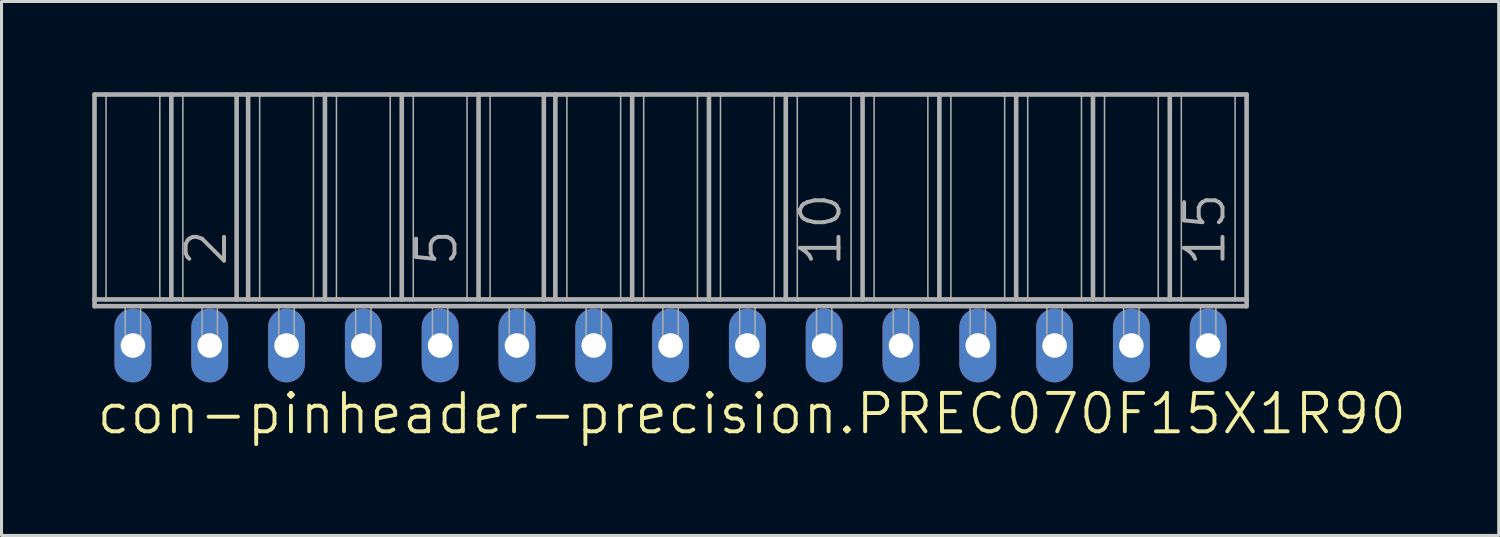
<source format=kicad_pcb>
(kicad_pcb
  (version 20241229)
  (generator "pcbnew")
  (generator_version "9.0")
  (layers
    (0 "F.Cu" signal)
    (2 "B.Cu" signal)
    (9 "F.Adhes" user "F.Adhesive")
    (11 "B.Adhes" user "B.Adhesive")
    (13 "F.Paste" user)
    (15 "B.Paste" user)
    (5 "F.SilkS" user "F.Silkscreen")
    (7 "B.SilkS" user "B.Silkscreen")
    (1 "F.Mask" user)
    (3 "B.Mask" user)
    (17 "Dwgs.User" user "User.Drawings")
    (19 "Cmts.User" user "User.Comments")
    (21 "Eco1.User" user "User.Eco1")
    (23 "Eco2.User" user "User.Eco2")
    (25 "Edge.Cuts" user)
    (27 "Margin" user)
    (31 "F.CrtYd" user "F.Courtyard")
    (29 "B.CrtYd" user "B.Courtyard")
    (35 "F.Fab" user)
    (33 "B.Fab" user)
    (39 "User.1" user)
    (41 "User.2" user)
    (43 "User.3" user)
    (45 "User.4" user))
  (footprint "con-pinheader-precision.PREC070F15X1R90"
    (layer "F.Cu")
    (at 19.126 8.376)
    (property "Reference" "con-pinheader-precision.PREC070F15X1R90" (at -19.05 3 0) (layer "F.SilkS") (effects (font (size 1.27 1.27) (thickness 0.13)) (justify left bottom)))
    (attr through_hole)
    (fp_line (start -19.05 -8.3) (end -19.05 -1.524) (stroke (width 0.152) (type default)) (layer "F.Fab"))
    (fp_line (start -19.05 -8.3) (end -18.669 -8.3) (stroke (width 0.152) (type default)) (layer "F.Fab"))
    (fp_line (start -19.05 -1.524) (end -18.669 -1.524) (stroke (width 0.152) (type default)) (layer "F.Fab"))
    (fp_line (start -19.05 -1.3) (end -19.05 -1.524) (stroke (width 0.152) (type default)) (layer "F.Fab"))
    (fp_line (start -19.05 -1.3) (end 19.05 -1.3) (stroke (width 0.152) (type default)) (layer "F.Fab"))
    (fp_line (start -18.669 -8.3) (end -18.669 -1.524) (stroke (width 0.051) (type default)) (layer "F.Fab"))
    (fp_line (start -18.669 -8.3) (end -16.891 -8.3) (stroke (width 0.152) (type default)) (layer "F.Fab"))
    (fp_line (start -18.669 -1.524) (end -16.891 -1.524) (stroke (width 0.152) (type default)) (layer "F.Fab"))
    (fp_line (start -16.891 -8.3) (end -16.891 -1.524) (stroke (width 0.051) (type default)) (layer "F.Fab"))
    (fp_line (start -16.891 -8.3) (end -16.51 -8.3) (stroke (width 0.152) (type default)) (layer "F.Fab"))
    (fp_line (start -16.891 -1.524) (end -16.51 -1.524) (stroke (width 0.152) (type default)) (layer "F.Fab"))
    (fp_line (start -16.51 -8.3) (end -16.51 -1.524) (stroke (width 0.152) (type default)) (layer "F.Fab"))
    (fp_line (start -16.51 -8.3) (end -16.129 -8.3) (stroke (width 0.152) (type default)) (layer "F.Fab"))
    (fp_line (start -16.51 -1.524) (end -16.129 -1.524) (stroke (width 0.152) (type default)) (layer "F.Fab"))
    (fp_line (start -16.129 -8.3) (end -16.129 -1.524) (stroke (width 0.051) (type default)) (layer "F.Fab"))
    (fp_line (start -16.129 -8.3) (end -14.351 -8.3) (stroke (width 0.152) (type default)) (layer "F.Fab"))
    (fp_line (start -16.129 -1.524) (end -14.351 -1.524) (stroke (width 0.152) (type default)) (layer "F.Fab"))
    (fp_line (start -14.351 -8.3) (end -14.351 -1.524) (stroke (width 0.152) (type default)) (layer "F.Fab"))
    (fp_line (start -14.351 -8.3) (end -13.97 -8.3) (stroke (width 0.152) (type default)) (layer "F.Fab"))
    (fp_line (start -14.351 -1.524) (end -13.97 -1.524) (stroke (width 0.152) (type default)) (layer "F.Fab"))
    (fp_line (start -13.97 -8.3) (end -13.97 -1.524) (stroke (width 0.152) (type default)) (layer "F.Fab"))
    (fp_line (start -13.97 -8.3) (end -13.589 -8.3) (stroke (width 0.152) (type default)) (layer "F.Fab"))
    (fp_line (start -13.97 -1.524) (end -13.589 -1.524) (stroke (width 0.152) (type default)) (layer "F.Fab"))
    (fp_line (start -13.589 -8.3) (end -13.589 -1.524) (stroke (width 0.051) (type default)) (layer "F.Fab"))
    (fp_line (start -13.589 -8.3) (end -11.811 -8.3) (stroke (width 0.152) (type default)) (layer "F.Fab"))
    (fp_line (start -13.589 -1.524) (end -11.43 -1.524) (stroke (width 0.152) (type default)) (layer "F.Fab"))
    (fp_line (start -11.811 -8.3) (end -11.811 -1.524) (stroke (width 0.051) (type default)) (layer "F.Fab"))
    (fp_line (start -11.811 -8.3) (end -11.43 -8.3) (stroke (width 0.152) (type default)) (layer "F.Fab"))
    (fp_line (start -11.43 -8.3) (end -11.43 -1.524) (stroke (width 0.152) (type default)) (layer "F.Fab"))
    (fp_line (start -11.43 -8.3) (end -11.049 -8.3) (stroke (width 0.152) (type default)) (layer "F.Fab"))
    (fp_line (start -11.43 -1.524) (end -11.049 -1.524) (stroke (width 0.152) (type default)) (layer "F.Fab"))
    (fp_line (start -11.049 -8.3) (end -11.049 -1.524) (stroke (width 0.051) (type default)) (layer "F.Fab"))
    (fp_line (start -11.049 -8.3) (end -9.271 -8.3) (stroke (width 0.152) (type default)) (layer "F.Fab"))
    (fp_line (start -11.049 -1.524) (end -9.271 -1.524) (stroke (width 0.152) (type default)) (layer "F.Fab"))
    (fp_line (start -9.271 -8.3) (end -9.271 -1.524) (stroke (width 0.051) (type default)) (layer "F.Fab"))
    (fp_line (start -9.271 -8.3) (end -8.89 -8.3) (stroke (width 0.152) (type default)) (layer "F.Fab"))
    (fp_line (start -9.271 -1.524) (end -8.89 -1.524) (stroke (width 0.152) (type default)) (layer "F.Fab"))
    (fp_line (start -8.89 -8.3) (end -8.509 -8.3) (stroke (width 0.152) (type default)) (layer "F.Fab"))
    (fp_line (start -8.89 -1.524) (end -8.89 -8.3) (stroke (width 0.152) (type default)) (layer "F.Fab"))
    (fp_line (start -8.89 -1.524) (end -8.509 -1.524) (stroke (width 0.152) (type default)) (layer "F.Fab"))
    (fp_line (start -8.509 -8.3) (end -8.509 -1.524) (stroke (width 0.051) (type default)) (layer "F.Fab"))
    (fp_line (start -8.509 -8.3) (end -6.731 -8.3) (stroke (width 0.152) (type default)) (layer "F.Fab"))
    (fp_line (start -8.509 -1.524) (end -6.731 -1.524) (stroke (width 0.152) (type default)) (layer "F.Fab"))
    (fp_line (start -6.731 -8.3) (end -6.731 -1.524) (stroke (width 0.051) (type default)) (layer "F.Fab"))
    (fp_line (start -6.731 -8.3) (end -6.35 -8.3) (stroke (width 0.152) (type default)) (layer "F.Fab"))
    (fp_line (start -6.731 -1.524) (end -6.35 -1.524) (stroke (width 0.152) (type default)) (layer "F.Fab"))
    (fp_line (start -6.35 -8.3) (end -6.35 -1.524) (stroke (width 0.152) (type default)) (layer "F.Fab"))
    (fp_line (start -6.35 -8.3) (end -5.969 -8.3) (stroke (width 0.152) (type default)) (layer "F.Fab"))
    (fp_line (start -6.35 -1.524) (end -5.969 -1.524) (stroke (width 0.152) (type default)) (layer "F.Fab"))
    (fp_line (start -5.969 -8.3) (end -5.969 -1.524) (stroke (width 0.051) (type default)) (layer "F.Fab"))
    (fp_line (start -5.969 -8.3) (end -4.191 -8.3) (stroke (width 0.152) (type default)) (layer "F.Fab"))
    (fp_line (start -5.969 -1.524) (end -4.191 -1.524) (stroke (width 0.152) (type default)) (layer "F.Fab"))
    (fp_line (start -4.191 -8.3) (end -4.191 -1.524) (stroke (width 0.152) (type default)) (layer "F.Fab"))
    (fp_line (start -4.191 -8.3) (end -3.81 -8.3) (stroke (width 0.152) (type default)) (layer "F.Fab"))
    (fp_line (start -4.191 -1.524) (end -3.81 -1.524) (stroke (width 0.152) (type default)) (layer "F.Fab"))
    (fp_line (start -3.81 -8.3) (end -3.81 -1.524) (stroke (width 0.152) (type default)) (layer "F.Fab"))
    (fp_line (start -3.81 -8.3) (end -3.429 -8.3) (stroke (width 0.152) (type default)) (layer "F.Fab"))
    (fp_line (start -3.81 -1.524) (end -3.429 -1.524) (stroke (width 0.152) (type default)) (layer "F.Fab"))
    (fp_line (start -3.429 -8.3) (end -3.429 -1.524) (stroke (width 0.051) (type default)) (layer "F.Fab"))
    (fp_line (start -3.429 -8.3) (end -1.651 -8.3) (stroke (width 0.152) (type default)) (layer "F.Fab"))
    (fp_line (start -3.429 -1.524) (end -1.651 -1.524) (stroke (width 0.152) (type default)) (layer "F.Fab"))
    (fp_line (start -1.651 -8.3) (end -1.651 -1.524) (stroke (width 0.051) (type default)) (layer "F.Fab"))
    (fp_line (start -1.651 -8.3) (end -1.27 -8.3) (stroke (width 0.152) (type default)) (layer "F.Fab"))
    (fp_line (start -1.651 -1.524) (end -1.27 -1.524) (stroke (width 0.152) (type default)) (layer "F.Fab"))
    (fp_line (start -1.27 -8.3) (end -1.27 -1.524) (stroke (width 0.152) (type default)) (layer "F.Fab"))
    (fp_line (start -1.27 -8.3) (end -0.889 -8.3) (stroke (width 0.152) (type default)) (layer "F.Fab"))
    (fp_line (start -1.27 -1.524) (end -0.889 -1.524) (stroke (width 0.152) (type default)) (layer "F.Fab"))
    (fp_line (start -0.889 -8.3) (end -0.889 -1.524) (stroke (width 0.051) (type default)) (layer "F.Fab"))
    (fp_line (start -0.889 -8.3) (end 0.889 -8.3) (stroke (width 0.152) (type default)) (layer "F.Fab"))
    (fp_line (start -0.889 -1.524) (end 0.889 -1.524) (stroke (width 0.152) (type default)) (layer "F.Fab"))
    (fp_line (start 0.889 -8.3) (end 0.889 -1.524) (stroke (width 0.051) (type default)) (layer "F.Fab"))
    (fp_line (start 0.889 -8.3) (end 1.27 -8.3) (stroke (width 0.152) (type default)) (layer "F.Fab"))
    (fp_line (start 0.889 -1.524) (end 1.27 -1.524) (stroke (width 0.152) (type default)) (layer "F.Fab"))
    (fp_line (start 1.27 -8.3) (end 1.27 -1.524) (stroke (width 0.152) (type default)) (layer "F.Fab"))
    (fp_line (start 1.27 -8.3) (end 1.651 -8.3) (stroke (width 0.152) (type default)) (layer "F.Fab"))
    (fp_line (start 1.27 -1.524) (end 1.651 -1.524) (stroke (width 0.152) (type default)) (layer "F.Fab"))
    (fp_line (start 1.651 -8.3) (end 1.651 -1.524) (stroke (width 0.051) (type default)) (layer "F.Fab"))
    (fp_line (start 1.651 -8.3) (end 3.429 -8.3) (stroke (width 0.152) (type default)) (layer "F.Fab"))
    (fp_line (start 1.651 -1.524) (end 3.429 -1.524) (stroke (width 0.152) (type default)) (layer "F.Fab"))
    (fp_line (start 3.429 -8.3) (end 3.429 -1.524) (stroke (width 0.051) (type default)) (layer "F.Fab"))
    (fp_line (start 3.429 -8.3) (end 3.81 -8.3) (stroke (width 0.152) (type default)) (layer "F.Fab"))
    (fp_line (start 3.429 -1.524) (end 3.81 -1.524) (stroke (width 0.152) (type default)) (layer "F.Fab"))
    (fp_line (start 3.81 -8.3) (end 3.81 -1.524) (stroke (width 0.152) (type default)) (layer "F.Fab"))
    (fp_line (start 3.81 -8.3) (end 4.191 -8.3) (stroke (width 0.152) (type default)) (layer "F.Fab"))
    (fp_line (start 3.81 -1.524) (end 4.191 -1.524) (stroke (width 0.152) (type default)) (layer "F.Fab"))
    (fp_line (start 4.191 -8.3) (end 4.191 -1.524) (stroke (width 0.051) (type default)) (layer "F.Fab"))
    (fp_line (start 4.191 -8.3) (end 5.969 -8.3) (stroke (width 0.152) (type default)) (layer "F.Fab"))
    (fp_line (start 4.191 -1.524) (end 5.969 -1.524) (stroke (width 0.152) (type default)) (layer "F.Fab"))
    (fp_line (start 5.969 -8.3) (end 5.969 -1.524) (stroke (width 0.051) (type default)) (layer "F.Fab"))
    (fp_line (start 5.969 -8.3) (end 6.35 -8.3) (stroke (width 0.152) (type default)) (layer "F.Fab"))
    (fp_line (start 5.969 -1.524) (end 6.35 -1.524) (stroke (width 0.152) (type default)) (layer "F.Fab"))
    (fp_line (start 6.35 -8.3) (end 6.35 -1.524) (stroke (width 0.152) (type default)) (layer "F.Fab"))
    (fp_line (start 6.35 -8.3) (end 6.731 -8.3) (stroke (width 0.152) (type default)) (layer "F.Fab"))
    (fp_line (start 6.35 -1.524) (end 6.731 -1.524) (stroke (width 0.152) (type default)) (layer "F.Fab"))
    (fp_line (start 6.731 -8.3) (end 6.731 -1.524) (stroke (width 0.051) (type default)) (layer "F.Fab"))
    (fp_line (start 6.731 -8.3) (end 8.509 -8.3) (stroke (width 0.152) (type default)) (layer "F.Fab"))
    (fp_line (start 6.731 -1.524) (end 8.509 -1.524) (stroke (width 0.152) (type default)) (layer "F.Fab"))
    (fp_line (start 8.509 -8.3) (end 8.509 -1.524) (stroke (width 0.051) (type default)) (layer "F.Fab"))
    (fp_line (start 8.509 -8.3) (end 8.89 -8.3) (stroke (width 0.152) (type default)) (layer "F.Fab"))
    (fp_line (start 8.509 -1.524) (end 8.89 -1.524) (stroke (width 0.152) (type default)) (layer "F.Fab"))
    (fp_line (start 8.89 -8.3) (end 8.89 -1.524) (stroke (width 0.152) (type default)) (layer "F.Fab"))
    (fp_line (start 8.89 -8.3) (end 9.271 -8.3) (stroke (width 0.152) (type default)) (layer "F.Fab"))
    (fp_line (start 8.89 -1.524) (end 9.271 -1.524) (stroke (width 0.152) (type default)) (layer "F.Fab"))
    (fp_line (start 9.271 -8.3) (end 9.271 -1.524) (stroke (width 0.051) (type default)) (layer "F.Fab"))
    (fp_line (start 9.271 -8.3) (end 11.049 -8.3) (stroke (width 0.152) (type default)) (layer "F.Fab"))
    (fp_line (start 9.271 -1.524) (end 11.43 -1.524) (stroke (width 0.152) (type default)) (layer "F.Fab"))
    (fp_line (start 11.049 -8.3) (end 11.049 -1.524) (stroke (width 0.051) (type default)) (layer "F.Fab"))
    (fp_line (start 11.049 -8.3) (end 11.43 -8.3) (stroke (width 0.152) (type default)) (layer "F.Fab"))
    (fp_line (start 11.43 -8.3) (end 11.43 -1.524) (stroke (width 0.152) (type default)) (layer "F.Fab"))
    (fp_line (start 11.43 -8.3) (end 11.811 -8.3) (stroke (width 0.152) (type default)) (layer "F.Fab"))
    (fp_line (start 11.43 -1.524) (end 11.811 -1.524) (stroke (width 0.152) (type default)) (layer "F.Fab"))
    (fp_line (start 11.811 -8.3) (end 11.811 -1.524) (stroke (width 0.051) (type default)) (layer "F.Fab"))
    (fp_line (start 11.811 -8.3) (end 13.589 -8.3) (stroke (width 0.152) (type default)) (layer "F.Fab"))
    (fp_line (start 11.811 -1.524) (end 13.589 -1.524) (stroke (width 0.152) (type default)) (layer "F.Fab"))
    (fp_line (start 13.589 -8.3) (end 13.589 -1.524) (stroke (width 0.051) (type default)) (layer "F.Fab"))
    (fp_line (start 13.589 -8.3) (end 13.97 -8.3) (stroke (width 0.152) (type default)) (layer "F.Fab"))
    (fp_line (start 13.589 -1.524) (end 13.97 -1.524) (stroke (width 0.152) (type default)) (layer "F.Fab"))
    (fp_line (start 13.97 -8.3) (end 13.97 -1.524) (stroke (width 0.152) (type default)) (layer "F.Fab"))
    (fp_line (start 13.97 -8.3) (end 14.351 -8.3) (stroke (width 0.152) (type default)) (layer "F.Fab"))
    (fp_line (start 13.97 -1.524) (end 14.351 -1.524) (stroke (width 0.152) (type default)) (layer "F.Fab"))
    (fp_line (start 14.351 -8.3) (end 14.351 -1.524) (stroke (width 0.051) (type default)) (layer "F.Fab"))
    (fp_line (start 14.351 -8.3) (end 16.129 -8.3) (stroke (width 0.152) (type default)) (layer "F.Fab"))
    (fp_line (start 14.351 -1.524) (end 16.129 -1.524) (stroke (width 0.152) (type default)) (layer "F.Fab"))
    (fp_line (start 16.129 -8.3) (end 16.129 -1.524) (stroke (width 0.051) (type default)) (layer "F.Fab"))
    (fp_line (start 16.129 -8.3) (end 16.51 -8.3) (stroke (width 0.152) (type default)) (layer "F.Fab"))
    (fp_line (start 16.129 -1.524) (end 16.51 -1.524) (stroke (width 0.152) (type default)) (layer "F.Fab"))
    (fp_line (start 16.51 -8.3) (end 16.51 -1.524) (stroke (width 0.152) (type default)) (layer "F.Fab"))
    (fp_line (start 16.51 -8.3) (end 16.891 -8.3) (stroke (width 0.152) (type default)) (layer "F.Fab"))
    (fp_line (start 16.51 -1.524) (end 16.891 -1.524) (stroke (width 0.152) (type default)) (layer "F.Fab"))
    (fp_line (start 16.891 -8.3) (end 16.891 -1.524) (stroke (width 0.051) (type default)) (layer "F.Fab"))
    (fp_line (start 16.891 -8.3) (end 18.669 -8.3) (stroke (width 0.152) (type default)) (layer "F.Fab"))
    (fp_line (start 16.891 -1.524) (end 18.669 -1.524) (stroke (width 0.152) (type default)) (layer "F.Fab"))
    (fp_line (start 18.669 -8.3) (end 18.669 -1.524) (stroke (width 0.051) (type default)) (layer "F.Fab"))
    (fp_line (start 18.669 -8.3) (end 19.05 -8.3) (stroke (width 0.152) (type default)) (layer "F.Fab"))
    (fp_line (start 18.669 -1.524) (end 19.05 -1.524) (stroke (width 0.152) (type default)) (layer "F.Fab"))
    (fp_line (start 19.05 -8.3) (end 19.05 -1.524) (stroke (width 0.152) (type default)) (layer "F.Fab"))
    (fp_line (start 19.05 -1.524) (end 19.05 -1.3) (stroke (width 0.152) (type default)) (layer "F.Fab"))
    (fp_rect (start -18.034 0) (end -17.526 -1.3) (stroke (width 0.05) (type default)) (fill no) (layer "F.Fab"))
    (fp_rect (start -15.494 0) (end -14.986 -1.3) (stroke (width 0.05) (type default)) (fill no) (layer "F.Fab"))
    (fp_rect (start -12.954 0) (end -12.446 -1.3) (stroke (width 0.05) (type default)) (fill no) (layer "F.Fab"))
    (fp_rect (start -10.414 0) (end -9.906 -1.3) (stroke (width 0.05) (type default)) (fill no) (layer "F.Fab"))
    (fp_rect (start -7.874 0) (end -7.366 -1.3) (stroke (width 0.05) (type default)) (fill no) (layer "F.Fab"))
    (fp_rect (start -5.334 0) (end -4.826 -1.3) (stroke (width 0.05) (type default)) (fill no) (layer "F.Fab"))
    (fp_rect (start -2.794 0) (end -2.286 -1.3) (stroke (width 0.05) (type default)) (fill no) (layer "F.Fab"))
    (fp_rect (start -0.254 0) (end 0.254 -1.3) (stroke (width 0.05) (type default)) (fill no) (layer "F.Fab"))
    (fp_rect (start 2.286 0) (end 2.794 -1.3) (stroke (width 0.05) (type default)) (fill no) (layer "F.Fab"))
    (fp_rect (start 4.826 0) (end 5.334 -1.3) (stroke (width 0.05) (type default)) (fill no) (layer "F.Fab"))
    (fp_rect (start 7.366 0) (end 7.874 -1.3) (stroke (width 0.05) (type default)) (fill no) (layer "F.Fab"))
    (fp_rect (start 9.906 0) (end 10.414 -1.3) (stroke (width 0.05) (type default)) (fill no) (layer "F.Fab"))
    (fp_rect (start 12.446 0) (end 12.954 -1.3) (stroke (width 0.05) (type default)) (fill no) (layer "F.Fab"))
    (fp_rect (start 14.986 0) (end 15.494 -1.3) (stroke (width 0.05) (type default)) (fill no) (layer "F.Fab"))
    (fp_rect (start 17.526 0) (end 18.034 -1.3) (stroke (width 0.05) (type default)) (fill no) (layer "F.Fab"))
    (fp_text user "2" (at -14.605 -2.54 90) (layer "F.Fab") (effects (font (size 1.27 1.27) (thickness 0.13)) (justify left bottom)))
    (fp_text user "10" (at 5.715 -2.54 90) (layer "F.Fab") (effects (font (size 1.27 1.27) (thickness 0.13)) (justify left bottom)))
    (fp_text user "5" (at -6.985 -2.54 90) (layer "F.Fab") (effects (font (size 1.27 1.27) (thickness 0.13)) (justify left bottom)))
    (fp_text user "15" (at 18.415 -2.54 90) (layer "F.Fab") (effects (font (size 1.27 1.27) (thickness 0.13)) (justify left bottom)))
    (pad "1" thru_hole oval (at -17.78 0 90) (size 2.438 1.219) (drill 0.813) (layers "*.Cu" "*.Mask"))
    (pad "2" thru_hole oval (at -15.24 0 90) (size 2.438 1.219) (drill 0.813) (layers "*.Cu" "*.Mask"))
    (pad "3" thru_hole oval (at -12.7 0 90) (size 2.438 1.219) (drill 0.813) (layers "*.Cu" "*.Mask"))
    (pad "4" thru_hole oval (at -10.16 0 90) (size 2.438 1.219) (drill 0.813) (layers "*.Cu" "*.Mask"))
    (pad "5" thru_hole oval (at -7.62 0 90) (size 2.438 1.219) (drill 0.813) (layers "*.Cu" "*.Mask"))
    (pad "6" thru_hole oval (at -5.08 0 90) (size 2.438 1.219) (drill 0.813) (layers "*.Cu" "*.Mask"))
    (pad "7" thru_hole oval (at -2.54 0 90) (size 2.438 1.219) (drill 0.813) (layers "*.Cu" "*.Mask"))
    (pad "8" thru_hole oval (at 0 0 90) (size 2.438 1.219) (drill 0.813) (layers "*.Cu" "*.Mask"))
    (pad "9" thru_hole oval (at 2.54 0 90) (size 2.438 1.219) (drill 0.813) (layers "*.Cu" "*.Mask"))
    (pad "10" thru_hole oval (at 5.08 0 90) (size 2.438 1.219) (drill 0.813) (layers "*.Cu" "*.Mask"))
    (pad "11" thru_hole oval (at 7.62 0 90) (size 2.438 1.219) (drill 0.813) (layers "*.Cu" "*.Mask"))
    (pad "12" thru_hole oval (at 10.16 0 90) (size 2.438 1.219) (drill 0.813) (layers "*.Cu" "*.Mask"))
    (pad "13" thru_hole oval (at 12.7 0 90) (size 2.438 1.219) (drill 0.813) (layers "*.Cu" "*.Mask"))
    (pad "14" thru_hole oval (at 15.24 0 90) (size 2.438 1.219) (drill 0.813) (layers "*.Cu" "*.Mask"))
    (pad "15" thru_hole oval (at 17.78 0 90) (size 2.438 1.219) (drill 0.813) (layers "*.Cu" "*.Mask")))
  (gr_rect
    (start -3 -3)
    (end 46.513 14.658)
    (stroke (width 0.1) (type default))
    (fill no)
    (layer "Edge.Cuts")))
</source>
